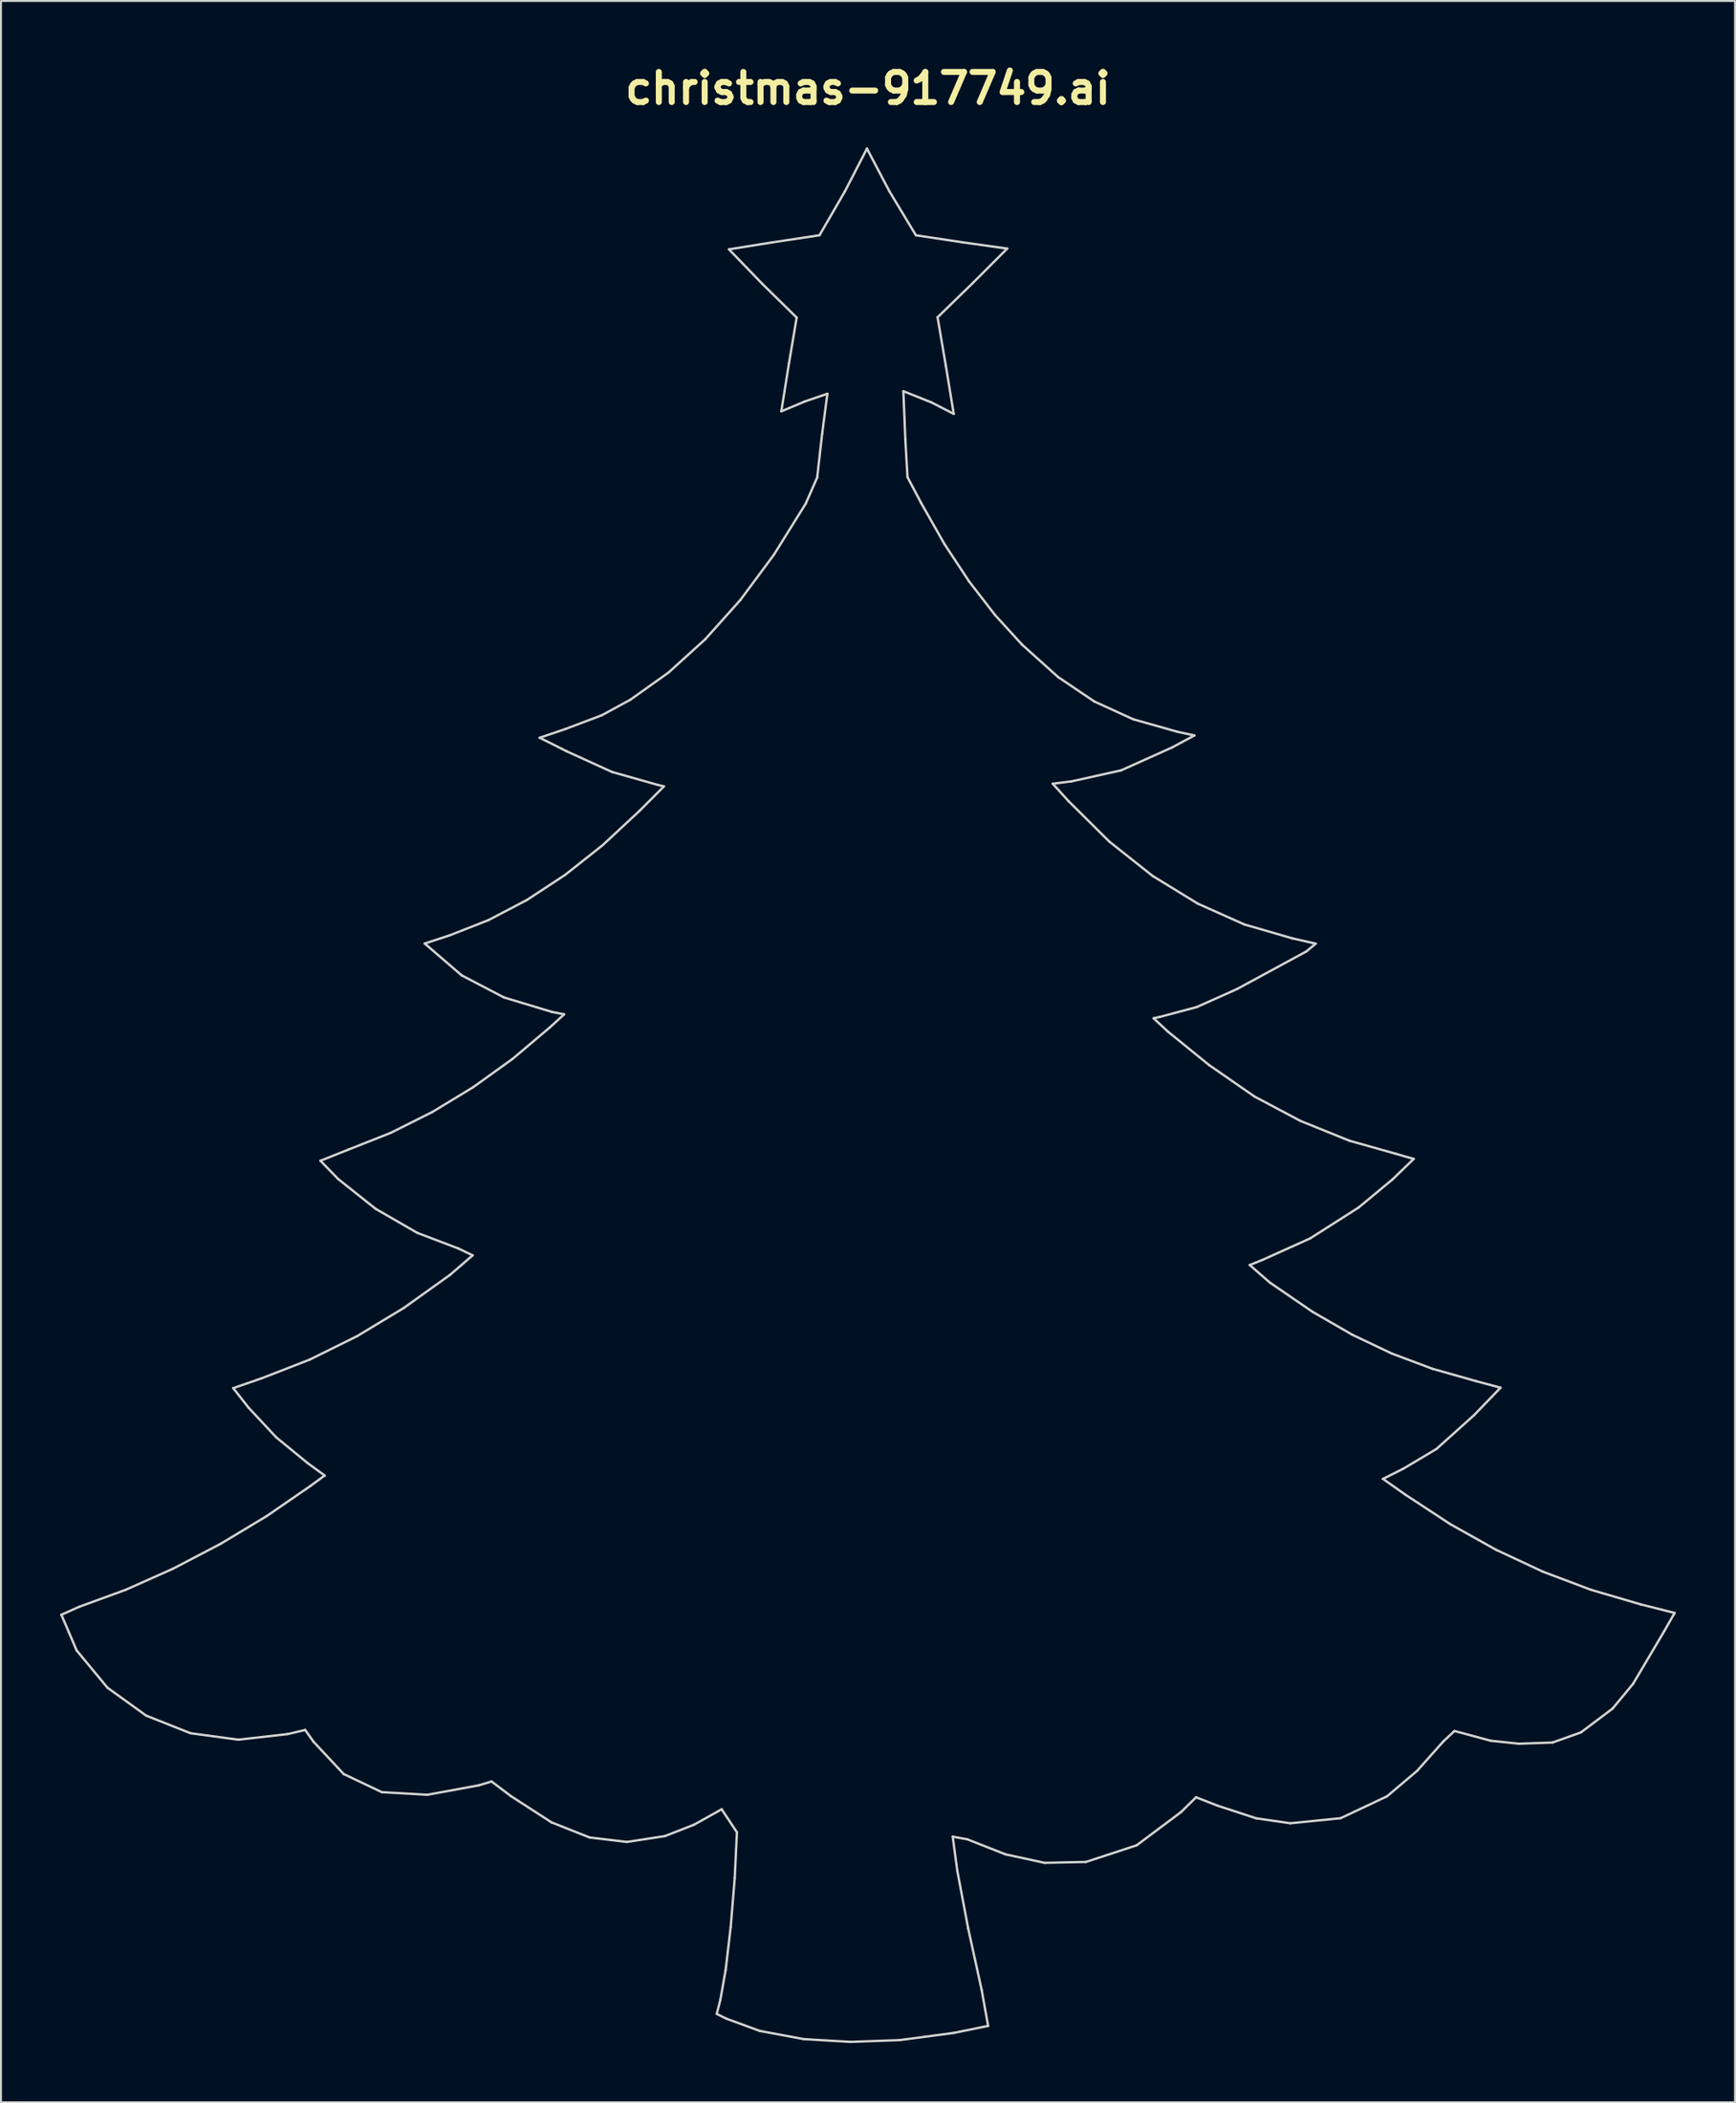
<source format=kicad_pcb>
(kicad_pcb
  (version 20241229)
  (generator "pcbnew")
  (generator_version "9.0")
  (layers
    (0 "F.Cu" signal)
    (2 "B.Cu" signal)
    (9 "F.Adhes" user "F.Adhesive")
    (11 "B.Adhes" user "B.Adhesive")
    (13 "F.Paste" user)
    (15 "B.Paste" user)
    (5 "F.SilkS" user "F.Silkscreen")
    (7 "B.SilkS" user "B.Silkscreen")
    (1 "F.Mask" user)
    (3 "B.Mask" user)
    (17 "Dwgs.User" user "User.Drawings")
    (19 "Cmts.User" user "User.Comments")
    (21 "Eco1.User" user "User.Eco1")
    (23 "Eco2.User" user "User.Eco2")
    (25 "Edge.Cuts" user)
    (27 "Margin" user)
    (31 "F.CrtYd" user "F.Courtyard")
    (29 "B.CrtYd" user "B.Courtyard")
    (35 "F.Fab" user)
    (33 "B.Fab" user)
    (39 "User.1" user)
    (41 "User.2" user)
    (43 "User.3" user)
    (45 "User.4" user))
  (footprint "christmas-917749.ai"
    (layer "F.Cu")
    (at 40.917 52.429)
    (property "Reference" "christmas-917749.ai" (at 0 -51.002 0) (layer "F.SilkS") (effects (font (size 1.524 1.524) (thickness 0.305))))
    (attr smd)
    (fp_line (start -40.857 26.28) (end -39.953 25.875) (stroke (width 0.12) (type solid)) (layer "Edge.Cuts"))
    (fp_line (start -40.085 28.086) (end -40.857 26.28) (stroke (width 0.12) (type solid)) (layer "Edge.Cuts"))
    (fp_line (start -39.953 25.875) (end -37.606 25.019) (stroke (width 0.12) (type solid)) (layer "Edge.Cuts"))
    (fp_line (start -38.523 29.975) (end -40.085 28.086) (stroke (width 0.12) (type solid)) (layer "Edge.Cuts"))
    (fp_line (start -37.606 25.019) (end -35.205 23.95) (stroke (width 0.12) (type solid)) (layer "Edge.Cuts"))
    (fp_line (start -36.563 31.387) (end -38.523 29.975) (stroke (width 0.12) (type solid)) (layer "Edge.Cuts"))
    (fp_line (start -35.205 23.95) (end -32.804 22.695) (stroke (width 0.12) (type solid)) (layer "Edge.Cuts"))
    (fp_line (start -34.317 32.279) (end -36.563 31.387) (stroke (width 0.12) (type solid)) (layer "Edge.Cuts"))
    (fp_line (start -32.804 22.695) (end -30.459 21.285) (stroke (width 0.12) (type solid)) (layer "Edge.Cuts"))
    (fp_line (start -32.153 14.806) (end -30.722 14.311) (stroke (width 0.12) (type solid)) (layer "Edge.Cuts"))
    (fp_line (start -31.895 32.606) (end -34.317 32.279) (stroke (width 0.12) (type solid)) (layer "Edge.Cuts"))
    (fp_line (start -31.372 15.8) (end -32.153 14.806) (stroke (width 0.12) (type solid)) (layer "Edge.Cuts"))
    (fp_line (start -30.722 14.311) (end -28.28 13.362) (stroke (width 0.12) (type solid)) (layer "Edge.Cuts"))
    (fp_line (start -30.459 21.285) (end -28.223 19.746) (stroke (width 0.12) (type solid)) (layer "Edge.Cuts"))
    (fp_line (start -29.978 17.295) (end -31.372 15.8) (stroke (width 0.12) (type solid)) (layer "Edge.Cuts"))
    (fp_line (start -29.408 32.324) (end -31.895 32.606) (stroke (width 0.12) (type solid)) (layer "Edge.Cuts"))
    (fp_line (start -28.508 32.115) (end -29.408 32.324) (stroke (width 0.12) (type solid)) (layer "Edge.Cuts"))
    (fp_line (start -28.378 18.606) (end -29.978 17.295) (stroke (width 0.12) (type solid)) (layer "Edge.Cuts"))
    (fp_line (start -28.28 13.362) (end -25.882 12.176) (stroke (width 0.12) (type solid)) (layer "Edge.Cuts"))
    (fp_line (start -28.223 19.746) (end -27.523 19.23) (stroke (width 0.12) (type solid)) (layer "Edge.Cuts"))
    (fp_line (start -28.086 32.709) (end -28.508 32.115) (stroke (width 0.12) (type solid)) (layer "Edge.Cuts"))
    (fp_line (start -27.736 3.293) (end -26.315 2.726) (stroke (width 0.12) (type solid)) (layer "Edge.Cuts"))
    (fp_line (start -27.523 19.23) (end -28.378 18.606) (stroke (width 0.12) (type solid)) (layer "Edge.Cuts"))
    (fp_line (start -26.832 4.223) (end -27.736 3.293) (stroke (width 0.12) (type solid)) (layer "Edge.Cuts"))
    (fp_line (start -26.554 34.348) (end -28.086 32.709) (stroke (width 0.12) (type solid)) (layer "Edge.Cuts"))
    (fp_line (start -26.315 2.726) (end -24.193 1.888) (stroke (width 0.12) (type solid)) (layer "Edge.Cuts"))
    (fp_line (start -25.882 12.176) (end -23.515 10.747) (stroke (width 0.12) (type solid)) (layer "Edge.Cuts"))
    (fp_line (start -24.941 5.726) (end -26.832 4.223) (stroke (width 0.12) (type solid)) (layer "Edge.Cuts"))
    (fp_line (start -24.627 35.262) (end -26.554 34.348) (stroke (width 0.12) (type solid)) (layer "Edge.Cuts"))
    (fp_line (start -24.193 1.888) (end -22.076 0.829) (stroke (width 0.12) (type solid)) (layer "Edge.Cuts"))
    (fp_line (start -23.515 10.747) (end -21.169 9.069) (stroke (width 0.12) (type solid)) (layer "Edge.Cuts"))
    (fp_line (start -22.833 6.942) (end -24.941 5.726) (stroke (width 0.12) (type solid)) (layer "Edge.Cuts"))
    (fp_line (start -22.453 -7.706) (end -21.176 -8.125) (stroke (width 0.12) (type solid)) (layer "Edge.Cuts"))
    (fp_line (start -22.316 35.394) (end -24.627 35.262) (stroke (width 0.12) (type solid)) (layer "Edge.Cuts"))
    (fp_line (start -22.076 0.829) (end -20.001 -0.43) (stroke (width 0.12) (type solid)) (layer "Edge.Cuts"))
    (fp_line (start -21.176 -8.125) (end -19.223 -8.892) (stroke (width 0.12) (type solid)) (layer "Edge.Cuts"))
    (fp_line (start -21.169 9.069) (end -20.026 8.083) (stroke (width 0.12) (type solid)) (layer "Edge.Cuts"))
    (fp_line (start -20.737 7.741) (end -22.833 6.942) (stroke (width 0.12) (type solid)) (layer "Edge.Cuts"))
    (fp_line (start -20.586 -6.097) (end -22.453 -7.706) (stroke (width 0.12) (type solid)) (layer "Edge.Cuts"))
    (fp_line (start -20.026 8.083) (end -20.737 7.741) (stroke (width 0.12) (type solid)) (layer "Edge.Cuts"))
    (fp_line (start -20.001 -0.43) (end -18.001 -1.867) (stroke (width 0.12) (type solid)) (layer "Edge.Cuts"))
    (fp_line (start -19.709 34.916) (end -22.316 35.394) (stroke (width 0.12) (type solid)) (layer "Edge.Cuts"))
    (fp_line (start -19.223 -8.892) (end -17.278 -9.911) (stroke (width 0.12) (type solid)) (layer "Edge.Cuts"))
    (fp_line (start -19.069 34.721) (end -19.709 34.916) (stroke (width 0.12) (type solid)) (layer "Edge.Cuts"))
    (fp_line (start -18.437 -4.975) (end -20.586 -6.097) (stroke (width 0.12) (type solid)) (layer "Edge.Cuts"))
    (fp_line (start -18.084 35.465) (end -19.069 34.721) (stroke (width 0.12) (type solid)) (layer "Edge.Cuts"))
    (fp_line (start -18.001 -1.867) (end -16.113 -3.461) (stroke (width 0.12) (type solid)) (layer "Edge.Cuts"))
    (fp_line (start -17.278 -9.911) (end -15.35 -11.176) (stroke (width 0.12) (type solid)) (layer "Edge.Cuts"))
    (fp_line (start -16.63 -18.126) (end -15.338 -18.563) (stroke (width 0.12) (type solid)) (layer "Edge.Cuts"))
    (fp_line (start -16.113 -3.461) (end -15.39 -4.122) (stroke (width 0.12) (type solid)) (layer "Edge.Cuts"))
    (fp_line (start -16.032 36.792) (end -18.084 35.465) (stroke (width 0.12) (type solid)) (layer "Edge.Cuts"))
    (fp_line (start -16.01 -4.243) (end -18.437 -4.975) (stroke (width 0.12) (type solid)) (layer "Edge.Cuts"))
    (fp_line (start -15.39 -4.122) (end -16.01 -4.243) (stroke (width 0.12) (type solid)) (layer "Edge.Cuts"))
    (fp_line (start -15.35 -11.176) (end -13.445 -12.682) (stroke (width 0.12) (type solid)) (layer "Edge.Cuts"))
    (fp_line (start -15.338 -18.563) (end -13.483 -19.264) (stroke (width 0.12) (type solid)) (layer "Edge.Cuts"))
    (fp_line (start -15.258 -17.437) (end -16.63 -18.126) (stroke (width 0.12) (type solid)) (layer "Edge.Cuts"))
    (fp_line (start -14.1 37.558) (end -16.032 36.792) (stroke (width 0.12) (type solid)) (layer "Edge.Cuts"))
    (fp_line (start -13.483 -19.264) (end -12.036 -20.051) (stroke (width 0.12) (type solid)) (layer "Edge.Cuts"))
    (fp_line (start -13.445 -12.682) (end -11.571 -14.425) (stroke (width 0.12) (type solid)) (layer "Edge.Cuts"))
    (fp_line (start -12.964 -16.392) (end -15.258 -17.437) (stroke (width 0.12) (type solid)) (layer "Edge.Cuts"))
    (fp_line (start -12.21 37.783) (end -14.1 37.558) (stroke (width 0.12) (type solid)) (layer "Edge.Cuts"))
    (fp_line (start -12.036 -20.051) (end -10.102 -21.428) (stroke (width 0.12) (type solid)) (layer "Edge.Cuts"))
    (fp_line (start -11.571 -14.425) (end -10.336 -15.663) (stroke (width 0.12) (type solid)) (layer "Edge.Cuts"))
    (fp_line (start -10.642 -15.735) (end -12.964 -16.392) (stroke (width 0.12) (type solid)) (layer "Edge.Cuts"))
    (fp_line (start -10.336 -15.663) (end -10.642 -15.735) (stroke (width 0.12) (type solid)) (layer "Edge.Cuts"))
    (fp_line (start -10.288 37.487) (end -12.21 37.783) (stroke (width 0.12) (type solid)) (layer "Edge.Cuts"))
    (fp_line (start -10.102 -21.428) (end -8.242 -23.114) (stroke (width 0.12) (type solid)) (layer "Edge.Cuts"))
    (fp_line (start -8.815 36.912) (end -10.288 37.487) (stroke (width 0.12) (type solid)) (layer "Edge.Cuts"))
    (fp_line (start -8.242 -23.114) (end -6.462 -25.104) (stroke (width 0.12) (type solid)) (layer "Edge.Cuts"))
    (fp_line (start -7.66 46.49) (end -7.479 45.777) (stroke (width 0.12) (type solid)) (layer "Edge.Cuts"))
    (fp_line (start -7.479 45.777) (end -7.211 44.272) (stroke (width 0.12) (type solid)) (layer "Edge.Cuts"))
    (fp_line (start -7.412 36.129) (end -8.815 36.912) (stroke (width 0.12) (type solid)) (layer "Edge.Cuts"))
    (fp_line (start -7.211 44.272) (end -6.954 42.081) (stroke (width 0.12) (type solid)) (layer "Edge.Cuts"))
    (fp_line (start -7.185 46.727) (end -7.66 46.49) (stroke (width 0.12) (type solid)) (layer "Edge.Cuts"))
    (fp_line (start -7.042 -42.854) (end -4.84 -43.208) (stroke (width 0.12) (type solid)) (layer "Edge.Cuts"))
    (fp_line (start -6.954 42.081) (end -6.75 39.618) (stroke (width 0.12) (type solid)) (layer "Edge.Cuts"))
    (fp_line (start -6.75 39.618) (end -6.639 37.294) (stroke (width 0.12) (type solid)) (layer "Edge.Cuts"))
    (fp_line (start -6.639 37.294) (end -7.412 36.129) (stroke (width 0.12) (type solid)) (layer "Edge.Cuts"))
    (fp_line (start -6.462 -25.104) (end -4.765 -27.394) (stroke (width 0.12) (type solid)) (layer "Edge.Cuts"))
    (fp_line (start -5.474 47.355) (end -7.185 46.727) (stroke (width 0.12) (type solid)) (layer "Edge.Cuts"))
    (fp_line (start -5.35 -41.103) (end -7.042 -42.854) (stroke (width 0.12) (type solid)) (layer "Edge.Cuts"))
    (fp_line (start -4.84 -43.208) (end -2.457 -43.567) (stroke (width 0.12) (type solid)) (layer "Edge.Cuts"))
    (fp_line (start -4.765 -27.394) (end -3.154 -29.979) (stroke (width 0.12) (type solid)) (layer "Edge.Cuts"))
    (fp_line (start -4.39 -34.652) (end -4.002 -37.09) (stroke (width 0.12) (type solid)) (layer "Edge.Cuts"))
    (fp_line (start -4.002 -37.09) (end -3.612 -39.398) (stroke (width 0.12) (type solid)) (layer "Edge.Cuts"))
    (fp_line (start -3.612 -39.398) (end -5.35 -41.103) (stroke (width 0.12) (type solid)) (layer "Edge.Cuts"))
    (fp_line (start -3.251 47.766) (end -5.474 47.355) (stroke (width 0.12) (type solid)) (layer "Edge.Cuts"))
    (fp_line (start -3.194 -35.154) (end -4.39 -34.652) (stroke (width 0.12) (type solid)) (layer "Edge.Cuts"))
    (fp_line (start -3.154 -29.979) (end -2.574 -31.302) (stroke (width 0.12) (type solid)) (layer "Edge.Cuts"))
    (fp_line (start -2.574 -31.302) (end -2.322 -33.519) (stroke (width 0.12) (type solid)) (layer "Edge.Cuts"))
    (fp_line (start -2.457 -43.567) (end -1.172 -45.785) (stroke (width 0.12) (type solid)) (layer "Edge.Cuts"))
    (fp_line (start -2.322 -33.519) (end -2.058 -35.542) (stroke (width 0.12) (type solid)) (layer "Edge.Cuts"))
    (fp_line (start -2.058 -35.542) (end -3.194 -35.154) (stroke (width 0.12) (type solid)) (layer "Edge.Cuts"))
    (fp_line (start -1.172 -45.785) (end -0.052 -47.954) (stroke (width 0.12) (type solid)) (layer "Edge.Cuts"))
    (fp_line (start -0.894 47.906) (end -3.251 47.766) (stroke (width 0.12) (type solid)) (layer "Edge.Cuts"))
    (fp_line (start -0.052 -47.954) (end 1.087 -45.788) (stroke (width 0.12) (type solid)) (layer "Edge.Cuts"))
    (fp_line (start 1.087 -45.788) (end 2.428 -43.566) (stroke (width 0.12) (type solid)) (layer "Edge.Cuts"))
    (fp_line (start 1.605 47.816) (end -0.894 47.906) (stroke (width 0.12) (type solid)) (layer "Edge.Cuts"))
    (fp_line (start 1.792 -35.671) (end 1.891 -33.238) (stroke (width 0.12) (type solid)) (layer "Edge.Cuts"))
    (fp_line (start 1.891 -33.238) (end 2.001 -31.32) (stroke (width 0.12) (type solid)) (layer "Edge.Cuts"))
    (fp_line (start 2.001 -31.32) (end 2.697 -30.003) (stroke (width 0.12) (type solid)) (layer "Edge.Cuts"))
    (fp_line (start 2.428 -43.566) (end 4.79 -43.21) (stroke (width 0.12) (type solid)) (layer "Edge.Cuts"))
    (fp_line (start 2.697 -30.003) (end 3.875 -27.929) (stroke (width 0.12) (type solid)) (layer "Edge.Cuts"))
    (fp_line (start 3.218 -35.102) (end 1.792 -35.671) (stroke (width 0.12) (type solid)) (layer "Edge.Cuts"))
    (fp_line (start 3.524 -39.413) (end 3.942 -36.968) (stroke (width 0.12) (type solid)) (layer "Edge.Cuts"))
    (fp_line (start 3.875 -27.929) (end 5.12 -26.042) (stroke (width 0.12) (type solid)) (layer "Edge.Cuts"))
    (fp_line (start 3.942 -36.968) (end 4.343 -34.523) (stroke (width 0.12) (type solid)) (layer "Edge.Cuts"))
    (fp_line (start 4.292 37.516) (end 4.521 39.232) (stroke (width 0.12) (type solid)) (layer "Edge.Cuts"))
    (fp_line (start 4.333 47.455) (end 1.605 47.816) (stroke (width 0.12) (type solid)) (layer "Edge.Cuts"))
    (fp_line (start 4.343 -34.523) (end 3.218 -35.102) (stroke (width 0.12) (type solid)) (layer "Edge.Cuts"))
    (fp_line (start 4.521 39.232) (end 5.076 42.168) (stroke (width 0.12) (type solid)) (layer "Edge.Cuts"))
    (fp_line (start 4.79 -43.21) (end 7.051 -42.892) (stroke (width 0.12) (type solid)) (layer "Edge.Cuts"))
    (fp_line (start 5.024 37.648) (end 4.292 37.516) (stroke (width 0.12) (type solid)) (layer "Edge.Cuts"))
    (fp_line (start 5.076 42.168) (end 5.757 45.272) (stroke (width 0.12) (type solid)) (layer "Edge.Cuts"))
    (fp_line (start 5.12 -26.042) (end 6.43 -24.345) (stroke (width 0.12) (type solid)) (layer "Edge.Cuts"))
    (fp_line (start 5.311 -41.152) (end 3.524 -39.413) (stroke (width 0.12) (type solid)) (layer "Edge.Cuts"))
    (fp_line (start 5.757 45.272) (end 6.085 47.098) (stroke (width 0.12) (type solid)) (layer "Edge.Cuts"))
    (fp_line (start 6.085 47.098) (end 4.333 47.455) (stroke (width 0.12) (type solid)) (layer "Edge.Cuts"))
    (fp_line (start 6.43 -24.345) (end 7.801 -22.842) (stroke (width 0.12) (type solid)) (layer "Edge.Cuts"))
    (fp_line (start 6.962 38.41) (end 5.024 37.648) (stroke (width 0.12) (type solid)) (layer "Edge.Cuts"))
    (fp_line (start 7.051 -42.892) (end 5.311 -41.152) (stroke (width 0.12) (type solid)) (layer "Edge.Cuts"))
    (fp_line (start 7.801 -22.842) (end 9.632 -21.196) (stroke (width 0.12) (type solid)) (layer "Edge.Cuts"))
    (fp_line (start 8.944 38.841) (end 6.962 38.41) (stroke (width 0.12) (type solid)) (layer "Edge.Cuts"))
    (fp_line (start 9.359 -15.797) (end 10.154 -14.921) (stroke (width 0.12) (type solid)) (layer "Edge.Cuts"))
    (fp_line (start 9.632 -21.196) (end 11.468 -19.959) (stroke (width 0.12) (type solid)) (layer "Edge.Cuts"))
    (fp_line (start 10.154 -14.921) (end 12.228 -12.864) (stroke (width 0.12) (type solid)) (layer "Edge.Cuts"))
    (fp_line (start 10.312 -15.917) (end 9.359 -15.797) (stroke (width 0.12) (type solid)) (layer "Edge.Cuts"))
    (fp_line (start 11.04 38.796) (end 8.944 38.841) (stroke (width 0.12) (type solid)) (layer "Edge.Cuts"))
    (fp_line (start 11.468 -19.959) (end 13.434 -19.061) (stroke (width 0.12) (type solid)) (layer "Edge.Cuts"))
    (fp_line (start 12.228 -12.864) (end 14.418 -11.128) (stroke (width 0.12) (type solid)) (layer "Edge.Cuts"))
    (fp_line (start 12.823 -16.474) (end 10.312 -15.917) (stroke (width 0.12) (type solid)) (layer "Edge.Cuts"))
    (fp_line (start 13.434 -19.061) (end 15.657 -18.432) (stroke (width 0.12) (type solid)) (layer "Edge.Cuts"))
    (fp_line (start 13.607 37.954) (end 11.04 38.796) (stroke (width 0.12) (type solid)) (layer "Edge.Cuts"))
    (fp_line (start 14.418 -11.128) (end 16.705 -9.726) (stroke (width 0.12) (type solid)) (layer "Edge.Cuts"))
    (fp_line (start 14.468 -3.922) (end 15.191 -3.247) (stroke (width 0.12) (type solid)) (layer "Edge.Cuts"))
    (fp_line (start 14.778 -3.989) (end 14.468 -3.922) (stroke (width 0.12) (type solid)) (layer "Edge.Cuts"))
    (fp_line (start 15.191 -3.247) (end 17.275 -1.555) (stroke (width 0.12) (type solid)) (layer "Edge.Cuts"))
    (fp_line (start 15.399 -17.631) (end 12.823 -16.474) (stroke (width 0.12) (type solid)) (layer "Edge.Cuts"))
    (fp_line (start 15.657 -18.432) (end 16.534 -18.242) (stroke (width 0.12) (type solid)) (layer "Edge.Cuts"))
    (fp_line (start 15.853 36.274) (end 13.607 37.954) (stroke (width 0.12) (type solid)) (layer "Edge.Cuts"))
    (fp_line (start 16.534 -18.242) (end 15.399 -17.631) (stroke (width 0.12) (type solid)) (layer "Edge.Cuts"))
    (fp_line (start 16.618 35.522) (end 15.853 36.274) (stroke (width 0.12) (type solid)) (layer "Edge.Cuts"))
    (fp_line (start 16.642 -4.485) (end 14.778 -3.989) (stroke (width 0.12) (type solid)) (layer "Edge.Cuts"))
    (fp_line (start 16.705 -9.726) (end 19.07 -8.669) (stroke (width 0.12) (type solid)) (layer "Edge.Cuts"))
    (fp_line (start 17.275 -1.555) (end 19.582 0.043) (stroke (width 0.12) (type solid)) (layer "Edge.Cuts"))
    (fp_line (start 17.696 35.943) (end 16.618 35.522) (stroke (width 0.12) (type solid)) (layer "Edge.Cuts"))
    (fp_line (start 18.685 -5.397) (end 16.642 -4.485) (stroke (width 0.12) (type solid)) (layer "Edge.Cuts"))
    (fp_line (start 19.07 -8.669) (end 21.494 -7.968) (stroke (width 0.12) (type solid)) (layer "Edge.Cuts"))
    (fp_line (start 19.337 8.573) (end 20.354 9.459) (stroke (width 0.12) (type solid)) (layer "Edge.Cuts"))
    (fp_line (start 19.582 0.043) (end 21.902 1.274) (stroke (width 0.12) (type solid)) (layer "Edge.Cuts"))
    (fp_line (start 19.656 36.585) (end 17.696 35.943) (stroke (width 0.12) (type solid)) (layer "Edge.Cuts"))
    (fp_line (start 19.996 8.306) (end 19.337 8.573) (stroke (width 0.12) (type solid)) (layer "Edge.Cuts"))
    (fp_line (start 20.354 9.459) (end 22.522 10.944) (stroke (width 0.12) (type solid)) (layer "Edge.Cuts"))
    (fp_line (start 21.391 36.837) (end 19.656 36.585) (stroke (width 0.12) (type solid)) (layer "Edge.Cuts"))
    (fp_line (start 21.494 -7.968) (end 22.678 -7.7) (stroke (width 0.12) (type solid)) (layer "Edge.Cuts"))
    (fp_line (start 21.902 1.274) (end 24.38 2.277) (stroke (width 0.12) (type solid)) (layer "Edge.Cuts"))
    (fp_line (start 22.213 -7.31) (end 18.685 -5.397) (stroke (width 0.12) (type solid)) (layer "Edge.Cuts"))
    (fp_line (start 22.396 7.225) (end 19.996 8.306) (stroke (width 0.12) (type solid)) (layer "Edge.Cuts"))
    (fp_line (start 22.522 10.944) (end 24.538 12.106) (stroke (width 0.12) (type solid)) (layer "Edge.Cuts"))
    (fp_line (start 22.678 -7.7) (end 22.213 -7.31) (stroke (width 0.12) (type solid)) (layer "Edge.Cuts"))
    (fp_line (start 23.94 36.582) (end 21.391 36.837) (stroke (width 0.12) (type solid)) (layer "Edge.Cuts"))
    (fp_line (start 24.38 2.277) (end 26.737 2.94) (stroke (width 0.12) (type solid)) (layer "Edge.Cuts"))
    (fp_line (start 24.538 12.106) (end 26.544 13.059) (stroke (width 0.12) (type solid)) (layer "Edge.Cuts"))
    (fp_line (start 24.852 5.66) (end 22.396 7.225) (stroke (width 0.12) (type solid)) (layer "Edge.Cuts"))
    (fp_line (start 26.086 19.401) (end 27.221 20.201) (stroke (width 0.12) (type solid)) (layer "Edge.Cuts"))
    (fp_line (start 26.291 35.472) (end 23.94 36.582) (stroke (width 0.12) (type solid)) (layer "Edge.Cuts"))
    (fp_line (start 26.544 13.059) (end 28.602 13.829) (stroke (width 0.12) (type solid)) (layer "Edge.Cuts"))
    (fp_line (start 26.575 4.232) (end 24.852 5.66) (stroke (width 0.12) (type solid)) (layer "Edge.Cuts"))
    (fp_line (start 26.737 2.94) (end 27.641 3.2) (stroke (width 0.12) (type solid)) (layer "Edge.Cuts"))
    (fp_line (start 27.112 18.887) (end 26.086 19.401) (stroke (width 0.12) (type solid)) (layer "Edge.Cuts"))
    (fp_line (start 27.221 20.201) (end 29.507 21.7) (stroke (width 0.12) (type solid)) (layer "Edge.Cuts"))
    (fp_line (start 27.641 3.2) (end 26.575 4.232) (stroke (width 0.12) (type solid)) (layer "Edge.Cuts"))
    (fp_line (start 27.812 34.186) (end 26.291 35.472) (stroke (width 0.12) (type solid)) (layer "Edge.Cuts"))
    (fp_line (start 28.602 13.829) (end 30.775 14.444) (stroke (width 0.12) (type solid)) (layer "Edge.Cuts"))
    (fp_line (start 28.794 17.886) (end 27.112 18.887) (stroke (width 0.12) (type solid)) (layer "Edge.Cuts"))
    (fp_line (start 29.146 32.69) (end 27.812 34.186) (stroke (width 0.12) (type solid)) (layer "Edge.Cuts"))
    (fp_line (start 29.507 21.7) (end 31.829 22.999) (stroke (width 0.12) (type solid)) (layer "Edge.Cuts"))
    (fp_line (start 29.707 32.165) (end 29.146 32.69) (stroke (width 0.12) (type solid)) (layer "Edge.Cuts"))
    (fp_line (start 30.702 16.172) (end 28.794 17.886) (stroke (width 0.12) (type solid)) (layer "Edge.Cuts"))
    (fp_line (start 30.775 14.444) (end 32.04 14.784) (stroke (width 0.12) (type solid)) (layer "Edge.Cuts"))
    (fp_line (start 31.54 32.659) (end 29.707 32.165) (stroke (width 0.12) (type solid)) (layer "Edge.Cuts"))
    (fp_line (start 31.829 22.999) (end 34.198 24.104) (stroke (width 0.12) (type solid)) (layer "Edge.Cuts"))
    (fp_line (start 32.04 14.784) (end 30.702 16.172) (stroke (width 0.12) (type solid)) (layer "Edge.Cuts"))
    (fp_line (start 32.975 32.809) (end 31.54 32.659) (stroke (width 0.12) (type solid)) (layer "Edge.Cuts"))
    (fp_line (start 34.198 24.104) (end 36.628 25.019) (stroke (width 0.12) (type solid)) (layer "Edge.Cuts"))
    (fp_line (start 34.677 32.749) (end 32.975 32.809) (stroke (width 0.12) (type solid)) (layer "Edge.Cuts"))
    (fp_line (start 36.113 32.237) (end 34.677 32.749) (stroke (width 0.12) (type solid)) (layer "Edge.Cuts"))
    (fp_line (start 36.628 25.019) (end 39.131 25.752) (stroke (width 0.12) (type solid)) (layer "Edge.Cuts"))
    (fp_line (start 37.714 31.033) (end 36.113 32.237) (stroke (width 0.12) (type solid)) (layer "Edge.Cuts"))
    (fp_line (start 38.753 29.779) (end 37.714 31.033) (stroke (width 0.12) (type solid)) (layer "Edge.Cuts"))
    (fp_line (start 39.131 25.752) (end 40.857 26.189) (stroke (width 0.12) (type solid)) (layer "Edge.Cuts"))
    (fp_line (start 40.333 27.111) (end 38.753 29.779) (stroke (width 0.12) (type solid)) (layer "Edge.Cuts"))
    (fp_line (start 40.857 26.189) (end 40.333 27.111) (stroke (width 0.12) (type solid)) (layer "Edge.Cuts")))
  (gr_rect
    (start -3 -3)
    (end 84.835 103.395)
    (stroke (width 0.1) (type default))
    (fill no)
    (layer "Edge.Cuts")))
</source>
